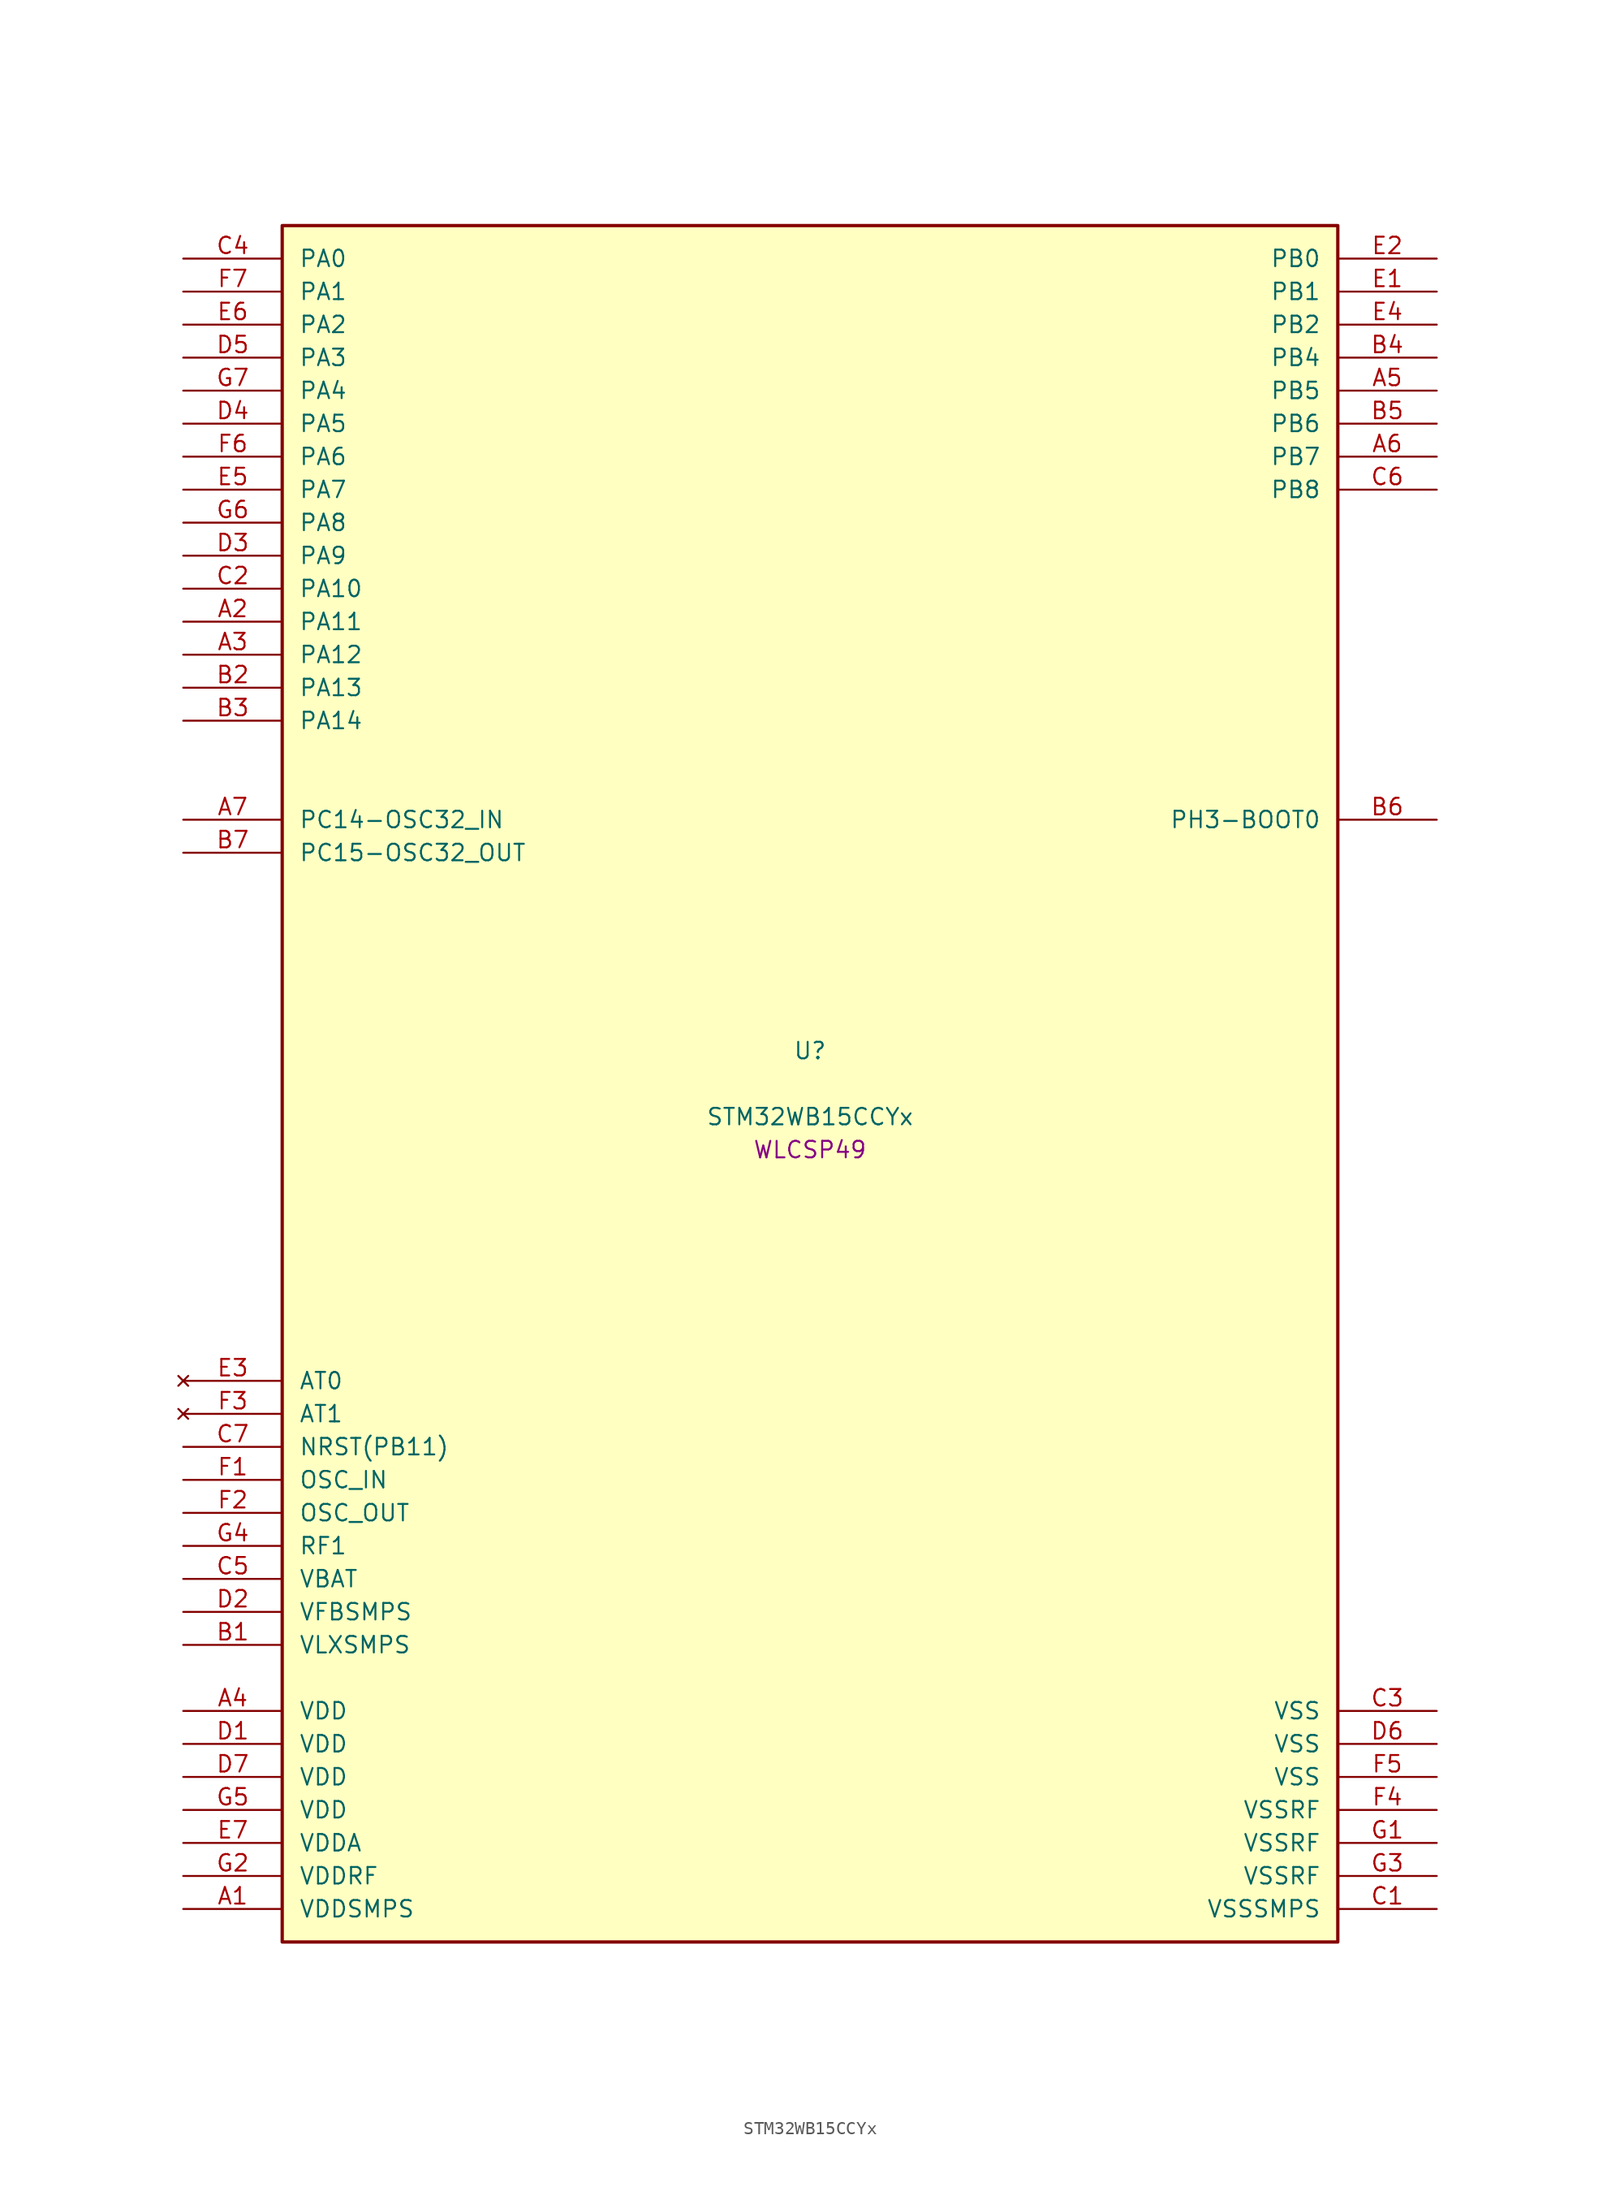
<source format=kicad_sym>
(kicad_symbol_lib
  (version 20241209)
  (generator "stm32_pkl_generator")
  (generator_version "1.0")
  (symbol "STM32WB15CCYx"
    (pin_names
      (offset 1.27))
    (property "Reference" "U"
      (at 0 2.54 0))
    (property "Value" "STM32WB15CCYx"
      (at 0 -2.54 0))
    (property "Footprint" "WLCSP49"
      (at 0 -5.08 0))
    (symbol "STM32WB15CCYx_1_1"
      (rectangle (start -40.64 66.04) (end 40.64 -66.04) (stroke (width 0.254) (type solid)) (fill (type background)))
      (pin bidirectional line (at -48.26 63.5 0) (length 7.62) (name "PA0") (number "C4") (alternate "PA0/ADC1_IN5" bidirectional line) (alternate "PA0/COMP1_INM" bidirectional line) (alternate "PA0/COMP1_OUT" bidirectional line) (alternate "PA0/RTC_TAMP2" bidirectional line) (alternate "PA0/SYS_WKUP1" bidirectional line) (alternate "PA0/TIM2_CH1" bidirectional line) (alternate "PA0/TIM2_ETR" bidirectional line))
      (pin bidirectional line (at -48.26 60.96 0) (length 7.62) (name "PA1") (number "F7") (alternate "PA1/ADC1_IN6" bidirectional line) (alternate "PA1/COMP1_INP" bidirectional line) (alternate "PA1/I2C1_SMBA" bidirectional line) (alternate "PA1/SPI1_SCK" bidirectional line) (alternate "PA1/TIM2_CH2" bidirectional line))
      (pin bidirectional line (at -48.26 58.42 0) (length 7.62) (name "PA2") (number "E6") (alternate "PA2/ADC1_IN7" bidirectional line) (alternate "PA2/LPUART1_TX" bidirectional line) (alternate "PA2/RCC_LSCO" bidirectional line) (alternate "PA2/SYS_WKUP4" bidirectional line) (alternate "PA2/TIM2_CH3" bidirectional line))
      (pin bidirectional line (at -48.26 55.88 0) (length 7.62) (name "PA3") (number "D5") (alternate "PA3/ADC1_IN8" bidirectional line) (alternate "PA3/LPUART1_RX" bidirectional line) (alternate "PA3/TIM2_CH4" bidirectional line))
      (pin bidirectional line (at -48.26 53.34 0) (length 7.62) (name "PA4") (number "G7") (alternate "PA4/ADC1_IN9" bidirectional line) (alternate "PA4/COMP1_INM" bidirectional line) (alternate "PA4/LPTIM2_OUT" bidirectional line) (alternate "PA4/SPI1_NSS" bidirectional line))
      (pin bidirectional line (at -48.26 50.8 0) (length 7.62) (name "PA5") (number "D4") (alternate "PA5/ADC1_IN10" bidirectional line) (alternate "PA5/COMP1_INM" bidirectional line) (alternate "PA5/LPTIM2_ETR" bidirectional line) (alternate "PA5/SPI1_MOSI" bidirectional line) (alternate "PA5/SPI1_SCK" bidirectional line) (alternate "PA5/TIM2_CH1" bidirectional line) (alternate "PA5/TIM2_ETR" bidirectional line))
      (pin bidirectional line (at -48.26 48.26 0) (length 7.62) (name "PA6") (number "F6") (alternate "PA6/ADC1_IN11" bidirectional line) (alternate "PA6/LPUART1_CTS" bidirectional line) (alternate "PA6/SPI1_MISO" bidirectional line) (alternate "PA6/TIM1_BKIN" bidirectional line))
      (pin bidirectional line (at -48.26 45.72 0) (length 7.62) (name "PA7") (number "E5") (alternate "PA7/ADC1_IN2" bidirectional line) (alternate "PA7/SPI1_MOSI" bidirectional line) (alternate "PA7/TIM1_CH1N" bidirectional line))
      (pin bidirectional line (at -48.26 43.18 0) (length 7.62) (name "PA8") (number "G6") (alternate "PA8/ADC1_IN3" bidirectional line) (alternate "PA8/LPTIM2_OUT" bidirectional line) (alternate "PA8/RCC_MCO" bidirectional line) (alternate "PA8/TIM1_CH1" bidirectional line) (alternate "PA8/USART1_CK" bidirectional line))
      (pin bidirectional line (at -48.26 40.64 0) (length 7.62) (name "PA9") (number "D3") (alternate "PA9/ADC1_IN4" bidirectional line) (alternate "PA9/COMP1_INM" bidirectional line) (alternate "PA9/I2C1_SCL" bidirectional line) (alternate "PA9/TIM1_CH2" bidirectional line) (alternate "PA9/USART1_TX" bidirectional line))
      (pin bidirectional line (at -48.26 38.1 0) (length 7.62) (name "PA10") (number "C2") (alternate "PA10/I2C1_SDA" bidirectional line) (alternate "PA10/TIM1_CH3" bidirectional line) (alternate "PA10/TSC_G7_IO2" bidirectional line) (alternate "PA10/USART1_RX" bidirectional line))
      (pin bidirectional line (at -48.26 35.56 0) (length 7.62) (name "PA11") (number "A2") (alternate "PA11/ADC1_EXTI11" bidirectional line) (alternate "PA11/SPI1_MISO" bidirectional line) (alternate "PA11/TIM1_BKIN2" bidirectional line) (alternate "PA11/TIM1_CH4" bidirectional line) (alternate "PA11/USART1_CTS" bidirectional line) (alternate "PA11/USART1_NSS" bidirectional line))
      (pin bidirectional line (at -48.26 33.02 0) (length 7.62) (name "PA12") (number "A3") (alternate "PA12/LPUART1_RX" bidirectional line) (alternate "PA12/SPI1_MOSI" bidirectional line) (alternate "PA12/TIM1_ETR" bidirectional line) (alternate "PA12/USART1_DE" bidirectional line) (alternate "PA12/USART1_RTS" bidirectional line))
      (pin bidirectional line (at -48.26 30.48 0) (length 7.62) (name "PA13") (number "B2") (alternate "PA13/SPI1_MOSI" bidirectional line) (alternate "PA13/SYS_JTMS-SWDIO" bidirectional line) (alternate "PA13/TSC_G7_IO1" bidirectional line))
      (pin bidirectional line (at -48.26 27.94 0) (length 7.62) (name "PA14") (number "B3") (alternate "PA14/I2C1_SMBA" bidirectional line) (alternate "PA14/LPTIM1_OUT" bidirectional line) (alternate "PA14/SPI1_NSS" bidirectional line) (alternate "PA14/SYS_JTCK-SWCLK" bidirectional line))
      (pin bidirectional line (at 48.26 63.5 180) (length 7.62) (name "PB0") (number "E2") (alternate "PB0/COMP1_OUT" bidirectional line) (alternate "PB0/RF_TX_MOD_EXT_PA" bidirectional line))
      (pin bidirectional line (at 48.26 60.96 180) (length 7.62) (name "PB1") (number "E1") (alternate "PB1/LPTIM2_IN1" bidirectional line) (alternate "PB1/LPUART1_DE" bidirectional line) (alternate "PB1/LPUART1_RTS" bidirectional line))
      (pin bidirectional line (at 48.26 58.42 180) (length 7.62) (name "PB2") (number "E4") (alternate "PB2/COMP1_INP" bidirectional line) (alternate "PB2/LPTIM1_OUT" bidirectional line) (alternate "PB2/RTC_OUT" bidirectional line) (alternate "PB2/SPI1_NSS" bidirectional line))
      (pin bidirectional line (at 48.26 55.88 180) (length 7.62) (name "PB4") (number "B4") (alternate "PB4/SPI1_MISO" bidirectional line) (alternate "PB4/SYS_JTRST" bidirectional line) (alternate "PB4/TSC_G2_IO1" bidirectional line) (alternate "PB4/USART1_CTS" bidirectional line) (alternate "PB4/USART1_NSS" bidirectional line))
      (pin bidirectional line (at 48.26 53.34 180) (length 7.62) (name "PB5") (number "A5") (alternate "PB5/I2C1_SMBA" bidirectional line) (alternate "PB5/LPTIM1_IN1" bidirectional line) (alternate "PB5/LPUART1_TX" bidirectional line) (alternate "PB5/SPI1_MOSI" bidirectional line) (alternate "PB5/TSC_G2_IO2" bidirectional line) (alternate "PB5/USART1_CK" bidirectional line))
      (pin bidirectional line (at 48.26 50.8 180) (length 7.62) (name "PB6") (number "B5") (alternate "PB6/I2C1_SCL" bidirectional line) (alternate "PB6/LPTIM1_ETR" bidirectional line) (alternate "PB6/RCC_MCO" bidirectional line) (alternate "PB6/SPI1_NSS" bidirectional line) (alternate "PB6/TSC_G2_IO3" bidirectional line) (alternate "PB6/USART1_TX" bidirectional line))
      (pin bidirectional line (at 48.26 48.26 180) (length 7.62) (name "PB7") (number "A6") (alternate "PB7/I2C1_SDA" bidirectional line) (alternate "PB7/LPTIM1_IN2" bidirectional line) (alternate "PB7/SYS_PVD_IN" bidirectional line) (alternate "PB7/TIM1_BKIN" bidirectional line) (alternate "PB7/TIM1_CH3" bidirectional line) (alternate "PB7/TSC_G2_IO4" bidirectional line) (alternate "PB7/USART1_RX" bidirectional line))
      (pin bidirectional line (at 48.26 45.72 180) (length 7.62) (name "PB8") (number "C6") (alternate "PB8/I2C1_SCL" bidirectional line) (alternate "PB8/TIM1_CH2N" bidirectional line) (alternate "PB8/TSC_G7_IO3" bidirectional line))
      (pin bidirectional line (at -48.26 20.32 0) (length 7.62) (name "PC14-OSC32_IN") (number "A7") (alternate "PC14-OSC32_IN/RCC_OSC32_IN" bidirectional line))
      (pin bidirectional line (at -48.26 17.78 0) (length 7.62) (name "PC15-OSC32_OUT") (number "B7") (alternate "PC15-OSC32_OUT/RCC_OSC32_OUT" bidirectional line))
      (pin bidirectional line (at 48.26 20.32 180) (length 7.62) (name "PH3-BOOT0") (number "B6") (alternate "PH3-BOOT0/RCC_LSCO" bidirectional line))
      (pin no_connect line (at -48.26 -22.86 0) (length 7.62) (name "AT0") (number "E3"))
      (pin no_connect line (at -48.26 -25.4 0) (length 7.62) (name "AT1") (number "F3"))
      (pin input line (at -48.26 -27.94 0) (length 7.62) (name "NRST(PB11)") (number "C7"))
      (pin bidirectional line (at -48.26 -30.48 0) (length 7.62) (name "OSC_IN") (number "F1") (alternate "OSC_IN/RCC_OSC_IN" bidirectional line))
      (pin bidirectional line (at -48.26 -33.02 0) (length 7.62) (name "OSC_OUT") (number "F2") (alternate "OSC_OUT/RCC_OSC_OUT" bidirectional line))
      (pin bidirectional line (at -48.26 -35.56 0) (length 7.62) (name "RF1") (number "G4") (alternate "RF1/RF_RF1" bidirectional line))
      (pin power_in line (at -48.26 -38.1 0) (length 7.62) (name "VBAT") (number "C5"))
      (pin power_in line (at -48.26 -40.64 0) (length 7.62) (name "VFBSMPS") (number "D2"))
      (pin power_in line (at -48.26 -43.18 0) (length 7.62) (name "VLXSMPS") (number "B1"))
      (pin power_in line (at -48.26 -48.26 0) (length 7.62) (name "VDD") (number "A4"))
      (pin power_in line (at -48.26 -50.8 0) (length 7.62) (name "VDD") (number "D1"))
      (pin power_in line (at -48.26 -53.34 0) (length 7.62) (name "VDD") (number "D7"))
      (pin power_in line (at -48.26 -55.88 0) (length 7.62) (name "VDD") (number "G5"))
      (pin power_in line (at -48.26 -58.42 0) (length 7.62) (name "VDDA") (number "E7"))
      (pin power_in line (at -48.26 -60.96 0) (length 7.62) (name "VDDRF") (number "G2"))
      (pin power_in line (at -48.26 -63.5 0) (length 7.62) (name "VDDSMPS") (number "A1"))
      (pin power_in line (at 48.26 -48.26 180) (length 7.62) (name "VSS") (number "C3"))
      (pin power_in line (at 48.26 -50.8 180) (length 7.62) (name "VSS") (number "D6"))
      (pin power_in line (at 48.26 -53.34 180) (length 7.62) (name "VSS") (number "F5"))
      (pin power_in line (at 48.26 -55.88 180) (length 7.62) (name "VSSRF") (number "F4"))
      (pin power_in line (at 48.26 -58.42 180) (length 7.62) (name "VSSRF") (number "G1"))
      (pin power_in line (at 48.26 -60.96 180) (length 7.62) (name "VSSRF") (number "G3"))
      (pin power_in line (at 48.26 -63.5 180) (length 7.62) (name "VSSSMPS") (number "C1")))))
</source>
